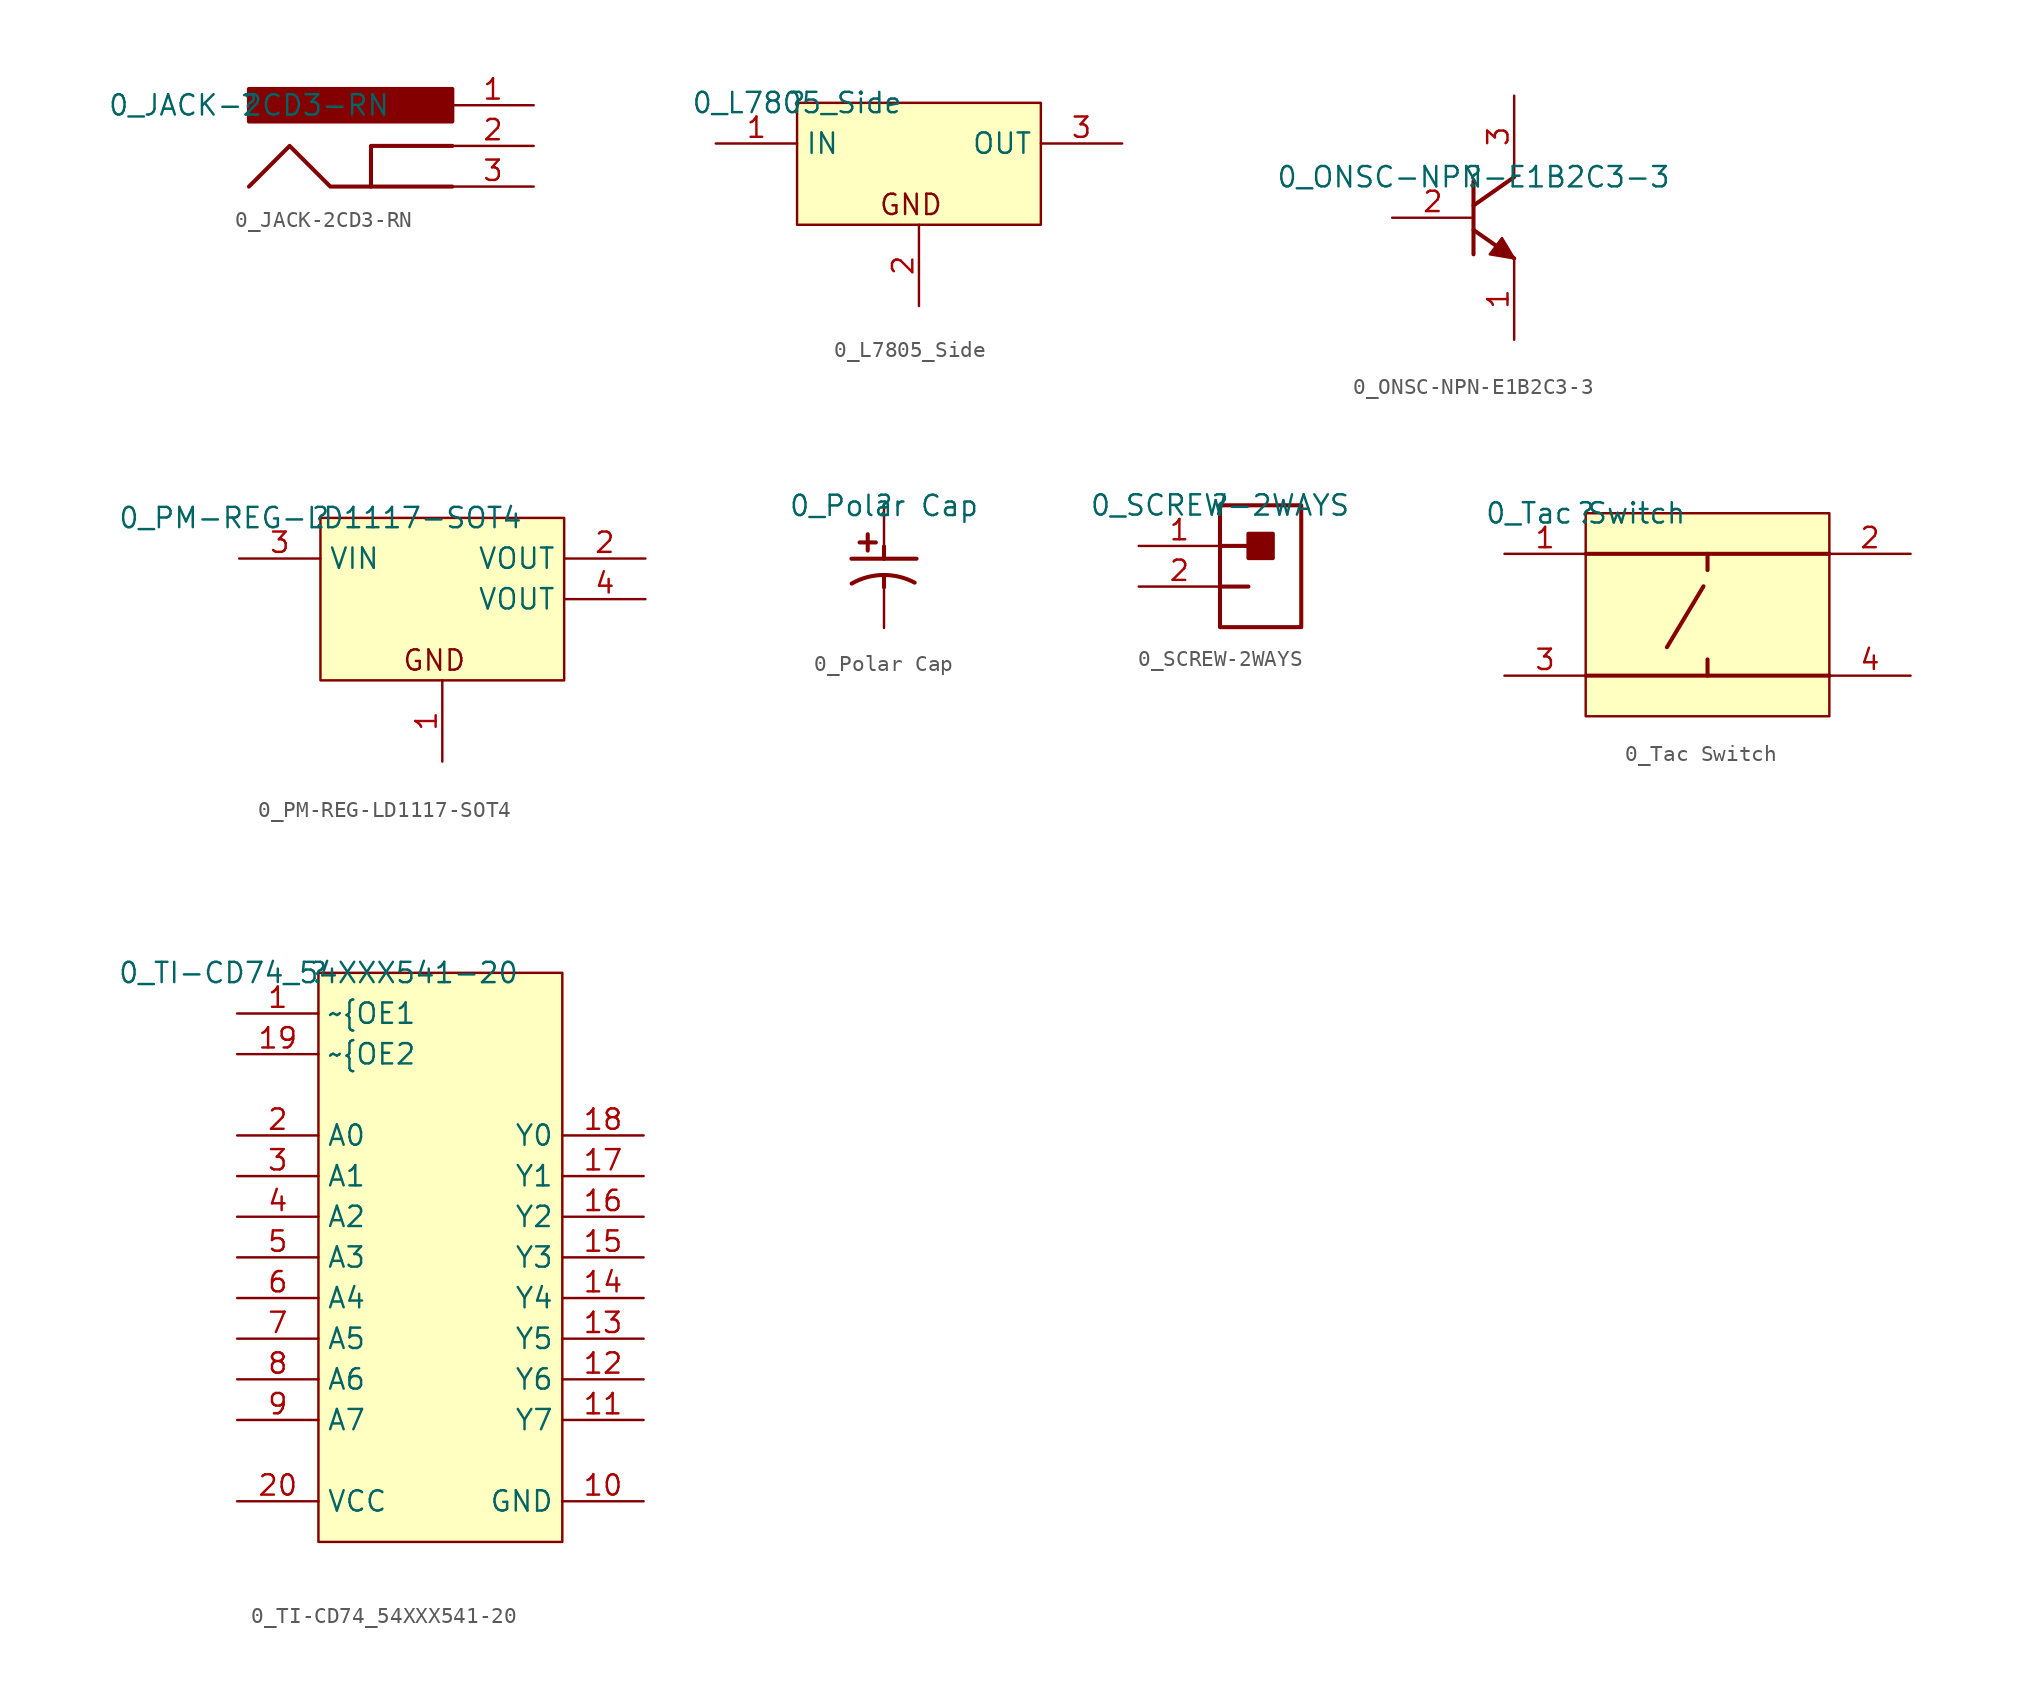
<source format=kicad_sym>
(kicad_symbol_lib
  (version 20211014)
  (generator kicad_symbol_editor)
  (symbol "0_JACK-2CD3-RN"
    (property "Reference" ""
      (at 0 0 0)
      (effects (font (size 1.27 1.27))))
    (property "Value" "0_JACK-2CD3-RN"
      (at 0 0 0)
      (effects (font (size 1.27 1.27))))
    (symbol "0_JACK-2CD3-RN_1_0"
      (polyline (pts (xy 12.7 -2.54) (xy 7.62 -2.54) (xy 7.62 -5.08)) (stroke (width 0.254) (type default) (color 0 0 0 0)) (fill (type none)))
      (polyline (pts (xy 12.7 -5.08) (xy 5.08 -5.08) (xy 2.54 -2.54) (xy 0 -5.08)) (stroke (width 0.254) (type default) (color 0 0 0 0)) (fill (type none)))
      (polyline (pts (xy 12.7 1.016) (xy 0 1.016) (xy 0 -1.016) (xy 12.7 -1.016) (xy 12.7 1.016)) (stroke (width 0.254) (type default) (color 0 0 0 0)) (fill (type none)))
      (rectangle (start 12.7 1.016) (end 0 -1.016) (stroke (width 0) (type default) (color 0 0 0 0)) (fill (type outline)))
      (pin passive line (at 17.78 0 180) (length 5.08) (name "1" (effects (font (size 0 0)))) (number "1" (effects (font (size 1.27 1.27)))))
      (pin passive line (at 17.78 -2.54 180) (length 5.08) (name "2" (effects (font (size 0 0)))) (number "2" (effects (font (size 1.27 1.27)))))
      (pin passive line (at 17.78 -5.08 180) (length 5.08) (name "3" (effects (font (size 0 0)))) (number "3" (effects (font (size 1.27 1.27)))))))
  (symbol "0_L7805_Side"
    (property "Reference" ""
      (at 0 0 0)
      (effects (font (size 1.27 1.27))))
    (property "Value" "0_L7805_Side"
      (at 0 0 0)
      (effects (font (size 1.27 1.27))))
    (symbol "0_L7805_Side_1_0"
      (rectangle (start 15.24 0) (end 0 -7.62) (stroke (width 0) (type default) (color 0 0 0 0)) (fill (type background)))
      (text "GND" (at 5.08 -7.112 0) (effects (font (size 1.27 1.27)) (justify left bottom)))
      (pin power_in line (at -5.08 -2.54 0) (length 5.08) (name "IN" (effects (font (size 1.27 1.27)))) (number "1" (effects (font (size 1.27 1.27)))))
      (pin power_in line (at 7.62 -12.7 90) (length 5.08) (name "GND" (effects (font (size 0 0)))) (number "2" (effects (font (size 1.27 1.27)))))
      (pin power_in line (at 20.32 -2.54 180) (length 5.08) (name "OUT" (effects (font (size 1.27 1.27)))) (number "3" (effects (font (size 1.27 1.27)))))))
  (symbol "0_ONSC-NPN-E1B2C3-3"
    (property "Reference" ""
      (at 0 0 0)
      (effects (font (size 1.27 1.27))))
    (property "Value" "0_ONSC-NPN-E1B2C3-3"
      (at 0 0 0)
      (effects (font (size 1.27 1.27))))
    (symbol "0_ONSC-NPN-E1B2C3-3_1_0"
      (polyline (pts (xy 0 -3.302) (xy 2.54 -5.08)) (stroke (width 0.254) (type default) (color 0 0 0 0)) (fill (type none)))
      (polyline (pts (xy 0 -0.254) (xy 0 -4.826)) (stroke (width 0.254) (type default) (color 0 0 0 0)) (fill (type none)))
      (polyline (pts (xy 2.54 0) (xy 0 -1.778)) (stroke (width 0.254) (type default) (color 0 0 0 0)) (fill (type none)))
      (polyline (pts (xy 2.54 -5.08) (xy 1.778 -3.81) (xy 1.016 -4.826) (xy 2.54 -5.08)) (stroke (width 0) (type default) (color 0 0 0 0)) (fill (type outline)))
      (pin passive line (at 2.54 -10.16 90) (length 5.08) (name "E" (effects (font (size 0 0)))) (number "1" (effects (font (size 1.27 1.27)))))
      (pin passive line (at -5.08 -2.54 0) (length 5.08) (name "B" (effects (font (size 0 0)))) (number "2" (effects (font (size 1.27 1.27)))))
      (pin passive line (at 2.54 5.08 270) (length 5.08) (name "C" (effects (font (size 0 0)))) (number "3" (effects (font (size 1.27 1.27)))))))
  (symbol "0_PM-REG-LD1117-SOT4"
    (property "Reference" ""
      (at 0 0 0)
      (effects (font (size 1.27 1.27))))
    (property "Value" "0_PM-REG-LD1117-SOT4"
      (at 0 0 0)
      (effects (font (size 1.27 1.27))))
    (symbol "0_PM-REG-LD1117-SOT4_1_0"
      (rectangle (start 15.24 0) (end 0 -10.16) (stroke (width 0) (type default) (color 0 0 0 0)) (fill (type background)))
      (text "GND" (at 5.08 -9.652 0) (effects (font (size 1.27 1.27)) (justify left bottom)))
      (pin power_in line (at 7.62 -15.24 90) (length 5.08) (name "GND" (effects (font (size 0 0)))) (number "1" (effects (font (size 1.27 1.27)))))
      (pin power_in line (at 20.32 -2.54 180) (length 5.08) (name "VOUT" (effects (font (size 1.27 1.27)))) (number "2" (effects (font (size 1.27 1.27)))))
      (pin power_in line (at -5.08 -2.54 0) (length 5.08) (name "VIN" (effects (font (size 1.27 1.27)))) (number "3" (effects (font (size 1.27 1.27)))))
      (pin power_in line (at 20.32 -5.08 180) (length 5.08) (name "VOUT" (effects (font (size 1.27 1.27)))) (number "4" (effects (font (size 1.27 1.27)))))))
  (symbol "0_Polar Cap"
    (property "Reference" ""
      (at 0 0 0)
      (effects (font (size 1.27 1.27))))
    (property "Value" "0_Polar Cap"
      (at 0 0 0)
      (effects (font (size 1.27 1.27))))
    (symbol "0_Polar Cap_1_0"
      (arc (start 0 -4.318) (mid -1.0431 -4.4541) (end -2.0163 -4.8535) (stroke (width 0.254) (type default) (color 0 0 0 0)) (fill (type none)))
      (polyline (pts (xy -2.032 -3.302) (xy 2.032 -3.302)) (stroke (width 0.254) (type default) (color 0 0 0 0)) (fill (type none)))
      (polyline (pts (xy -1.524 -2.286) (xy -0.508 -2.286)) (stroke (width 0.254) (type default) (color 0 0 0 0)) (fill (type none)))
      (polyline (pts (xy -1.016 -1.778) (xy -1.016 -2.794)) (stroke (width 0.254) (type default) (color 0 0 0 0)) (fill (type none)))
      (polyline (pts (xy 0 -4.318) (xy 0 -5.08)) (stroke (width 0.254) (type default) (color 0 0 0 0)) (fill (type none)))
      (polyline (pts (xy 0 -2.54) (xy 0 -3.302)) (stroke (width 0.254) (type default) (color 0 0 0 0)) (fill (type none)))
      (arc (start 1.9124 -4.7961) (mid 0.9856 -4.4393) (end 0 -4.318) (stroke (width 0.254) (type default) (color 0 0 0 0)) (fill (type none)))
      (pin passive line (at 0 0 270) (length 2.54) (name "1" (effects (font (size 0 0)))) (number "1" (effects (font (size 0 0)))))
      (pin passive line (at 0 -7.62 90) (length 2.54) (name "2" (effects (font (size 0 0)))) (number "2" (effects (font (size 0 0)))))))
  (symbol "0_SCREW-2WAYS"
    (property "Reference" ""
      (at 0 0 0)
      (effects (font (size 1.27 1.27))))
    (property "Value" "0_SCREW-2WAYS"
      (at 0 0 0)
      (effects (font (size 1.27 1.27))))
    (symbol "0_SCREW-2WAYS_1_0"
      (polyline (pts (xy 0 -5.08) (xy 1.778 -5.08)) (stroke (width 0.254) (type default) (color 0 0 0 0)) (fill (type none)))
      (polyline (pts (xy 0 -2.54) (xy 1.778 -2.54)) (stroke (width 0.254) (type default) (color 0 0 0 0)) (fill (type none)))
      (rectangle (start 3.302 -1.778) (end 1.778 -3.302) (stroke (width 0.254) (type default) (color 0 0 0 0)) (fill (type outline)))
      (rectangle (start 5.08 0) (end 0 -7.62) (stroke (width 0.254) (type default) (color 0 0 0 0)) (fill (type none)))
      (pin passive line (at -5.08 -2.54 0) (length 5.08) (name "1" (effects (font (size 0 0)))) (number "1" (effects (font (size 1.27 1.27)))))
      (pin passive line (at -5.08 -5.08 0) (length 5.08) (name "2" (effects (font (size 0 0)))) (number "2" (effects (font (size 1.27 1.27)))))))
  (symbol "0_Tac Switch"
    (property "Reference" ""
      (at 0 0 0)
      (effects (font (size 1.27 1.27))))
    (property "Value" "0_Tac Switch"
      (at 0 0 0)
      (effects (font (size 1.27 1.27))))
    (symbol "0_Tac Switch_1_0"
      (polyline (pts (xy 5.08 -8.382) (xy 7.366 -4.572)) (stroke (width 0.254) (type default) (color 0 0 0 0)) (fill (type none)))
      (polyline (pts (xy 7.62 -10.16) (xy 7.62 -9.144)) (stroke (width 0.254) (type default) (color 0 0 0 0)) (fill (type none)))
      (polyline (pts (xy 7.62 -2.54) (xy 7.62 -3.556)) (stroke (width 0.254) (type default) (color 0 0 0 0)) (fill (type none)))
      (polyline (pts (xy 15.24 -10.16) (xy 0 -10.16)) (stroke (width 0.254) (type default) (color 0 0 0 0)) (fill (type none)))
      (polyline (pts (xy 15.24 -2.54) (xy 0 -2.54)) (stroke (width 0.254) (type default) (color 0 0 0 0)) (fill (type none)))
      (rectangle (start 15.24 0) (end 0 -12.7) (stroke (width 0) (type default) (color 0 0 0 0)) (fill (type background)))
      (pin passive line (at -5.08 -2.54 0) (length 5.08) (name "1" (effects (font (size 0 0)))) (number "1" (effects (font (size 1.27 1.27)))))
      (pin passive line (at 20.32 -2.54 180) (length 5.08) (name "2" (effects (font (size 0 0)))) (number "2" (effects (font (size 1.27 1.27)))))
      (pin passive line (at -5.08 -10.16 0) (length 5.08) (name "3" (effects (font (size 0 0)))) (number "3" (effects (font (size 1.27 1.27)))))
      (pin passive line (at 20.32 -10.16 180) (length 5.08) (name "4" (effects (font (size 0 0)))) (number "4" (effects (font (size 1.27 1.27)))))))
  (symbol "0_TI-CD74_54XXX541-20"
    (property "Reference" ""
      (at 0 0 0)
      (effects (font (size 1.27 1.27))))
    (property "Value" "0_TI-CD74_54XXX541-20"
      (at 0 0 0)
      (effects (font (size 1.27 1.27))))
    (symbol "0_TI-CD74_54XXX541-20_1_0"
      (rectangle (start 15.24 0) (end 0 -35.56) (stroke (width 0) (type default) (color 0 0 0 0)) (fill (type background)))
      (pin input line (at -5.08 -2.54 0) (length 5.08) (name "~{OE1" (effects (font (size 1.27 1.27)))) (number "1" (effects (font (size 1.27 1.27)))))
      (pin power_in line (at 20.32 -33.02 180) (length 5.08) (name "GND" (effects (font (size 1.27 1.27)))) (number "10" (effects (font (size 1.27 1.27)))))
      (pin tri_state line (at 20.32 -27.94 180) (length 5.08) (name "Y7" (effects (font (size 1.27 1.27)))) (number "11" (effects (font (size 1.27 1.27)))))
      (pin tri_state line (at 20.32 -25.4 180) (length 5.08) (name "Y6" (effects (font (size 1.27 1.27)))) (number "12" (effects (font (size 1.27 1.27)))))
      (pin tri_state line (at 20.32 -22.86 180) (length 5.08) (name "Y5" (effects (font (size 1.27 1.27)))) (number "13" (effects (font (size 1.27 1.27)))))
      (pin tri_state line (at 20.32 -20.32 180) (length 5.08) (name "Y4" (effects (font (size 1.27 1.27)))) (number "14" (effects (font (size 1.27 1.27)))))
      (pin tri_state line (at 20.32 -17.78 180) (length 5.08) (name "Y3" (effects (font (size 1.27 1.27)))) (number "15" (effects (font (size 1.27 1.27)))))
      (pin tri_state line (at 20.32 -15.24 180) (length 5.08) (name "Y2" (effects (font (size 1.27 1.27)))) (number "16" (effects (font (size 1.27 1.27)))))
      (pin tri_state line (at 20.32 -12.7 180) (length 5.08) (name "Y1" (effects (font (size 1.27 1.27)))) (number "17" (effects (font (size 1.27 1.27)))))
      (pin tri_state line (at 20.32 -10.16 180) (length 5.08) (name "Y0" (effects (font (size 1.27 1.27)))) (number "18" (effects (font (size 1.27 1.27)))))
      (pin input line (at -5.08 -5.08 0) (length 5.08) (name "~{OE2" (effects (font (size 1.27 1.27)))) (number "19" (effects (font (size 1.27 1.27)))))
      (pin input line (at -5.08 -10.16 0) (length 5.08) (name "A0" (effects (font (size 1.27 1.27)))) (number "2" (effects (font (size 1.27 1.27)))))
      (pin power_in line (at -5.08 -33.02 0) (length 5.08) (name "VCC" (effects (font (size 1.27 1.27)))) (number "20" (effects (font (size 1.27 1.27)))))
      (pin input line (at -5.08 -12.7 0) (length 5.08) (name "A1" (effects (font (size 1.27 1.27)))) (number "3" (effects (font (size 1.27 1.27)))))
      (pin input line (at -5.08 -15.24 0) (length 5.08) (name "A2" (effects (font (size 1.27 1.27)))) (number "4" (effects (font (size 1.27 1.27)))))
      (pin input line (at -5.08 -17.78 0) (length 5.08) (name "A3" (effects (font (size 1.27 1.27)))) (number "5" (effects (font (size 1.27 1.27)))))
      (pin input line (at -5.08 -20.32 0) (length 5.08) (name "A4" (effects (font (size 1.27 1.27)))) (number "6" (effects (font (size 1.27 1.27)))))
      (pin input line (at -5.08 -22.86 0) (length 5.08) (name "A5" (effects (font (size 1.27 1.27)))) (number "7" (effects (font (size 1.27 1.27)))))
      (pin input line (at -5.08 -25.4 0) (length 5.08) (name "A6" (effects (font (size 1.27 1.27)))) (number "8" (effects (font (size 1.27 1.27)))))
      (pin input line (at -5.08 -27.94 0) (length 5.08) (name "A7" (effects (font (size 1.27 1.27)))) (number "9" (effects (font (size 1.27 1.27))))))))
</source>
